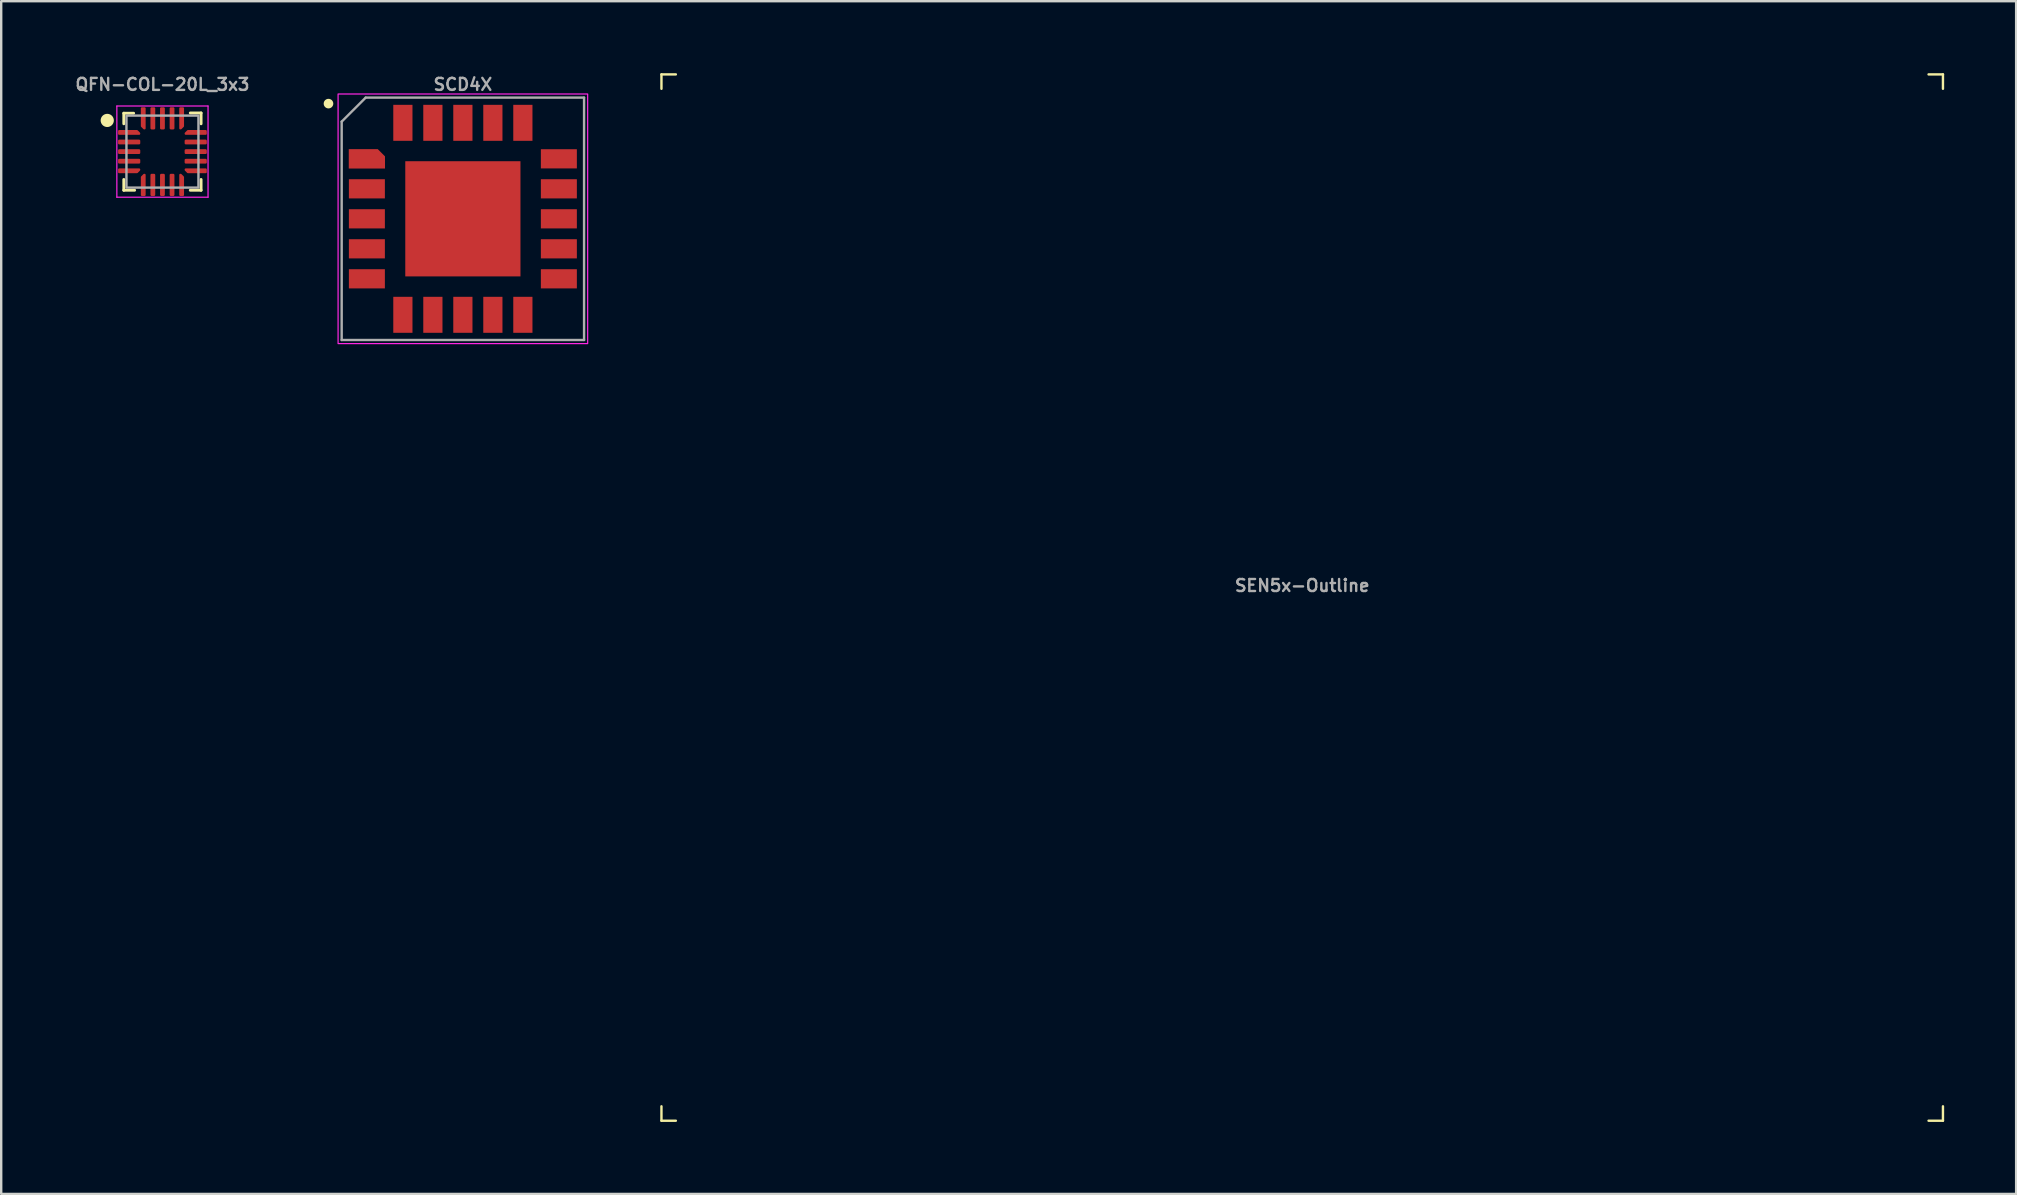
<source format=kicad_pcb>
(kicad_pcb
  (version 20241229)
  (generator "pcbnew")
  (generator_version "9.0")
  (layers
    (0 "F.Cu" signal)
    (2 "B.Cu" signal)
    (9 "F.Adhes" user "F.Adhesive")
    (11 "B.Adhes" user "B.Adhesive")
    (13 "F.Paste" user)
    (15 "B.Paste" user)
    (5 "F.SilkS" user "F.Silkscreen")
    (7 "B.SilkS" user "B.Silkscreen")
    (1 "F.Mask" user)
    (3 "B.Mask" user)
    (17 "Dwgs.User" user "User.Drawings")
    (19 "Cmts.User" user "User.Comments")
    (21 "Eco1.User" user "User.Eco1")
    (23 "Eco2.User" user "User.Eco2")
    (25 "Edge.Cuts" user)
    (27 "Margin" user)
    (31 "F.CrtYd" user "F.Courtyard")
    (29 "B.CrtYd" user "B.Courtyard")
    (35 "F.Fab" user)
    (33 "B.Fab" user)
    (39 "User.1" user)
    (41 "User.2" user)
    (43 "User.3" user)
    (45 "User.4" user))
  (footprint "SCD4X"
    (layer "F.Cu")
    (at 16.238 6.068)
    (property "Reference" "SCD4X" (at 0 -5.6 0) (layer "F.Fab") (effects (font (size 0.5 0.5) (thickness 0.1) (bold yes))))
    (fp_poly (pts (xy -3.245 -2.602) (xy -3.245 -2.095) (xy -4.755 -2.095) (xy -4.755 -2.905) (xy -3.548 -2.905)) (stroke (width 0) (type default)) (fill yes) (layer "F.Cu"))
    (fp_poly (pts (xy -3.145 -2.612) (xy -3.145 -1.995) (xy -4.855 -1.995) (xy -4.855 -3.005) (xy -3.538 -3.005)) (stroke (width 0) (type default)) (fill yes) (layer "F.Mask"))
    (fp_circle (center -5.6 -4.8) (end -5.6 -4.7) (stroke (width 0.2) (type solid)) (fill yes) (layer "F.SilkS"))
    (fp_poly (pts (xy -2 -1) (xy -1 -1) (xy -1 -2) (xy -2 -2)) (stroke (width 0) (type default)) (fill yes) (layer "F.Paste"))
    (fp_poly (pts (xy -2 2) (xy -1 2) (xy -1 1) (xy -2 1)) (stroke (width 0) (type default)) (fill yes) (layer "F.Paste"))
    (fp_poly (pts (xy 1 -1) (xy 2 -1) (xy 2 -2) (xy 1 -2)) (stroke (width 0) (type default)) (fill yes) (layer "F.Paste"))
    (fp_poly (pts (xy 1 2) (xy 2 2) (xy 2 1) (xy 1 1)) (stroke (width 0) (type default)) (fill yes) (layer "F.Paste"))
    (fp_poly (pts (xy -3.245 -2.602) (xy -3.245 -2.095) (xy -4.755 -2.095) (xy -4.755 -2.905) (xy -3.548 -2.905)) (stroke (width 0) (type default)) (fill yes) (layer "F.Paste"))
    (fp_rect (start 5.2 -5.2) (end -5.2 5.2) (stroke (width 0.05) (type default)) (fill no) (layer "F.CrtYd"))
    (fp_line (start -5.05 -4.05) (end -4.05 -5.05) (stroke (width 0.1) (type solid)) (layer "F.Fab"))
    (fp_line (start -5.05 5.05) (end -5.05 -4.05) (stroke (width 0.1) (type solid)) (layer "F.Fab"))
    (fp_line (start -4.05 -5.05) (end 5.05 -5.05) (stroke (width 0.1) (type solid)) (layer "F.Fab"))
    (fp_line (start 5.05 -5.05) (end 5.05 5.05) (stroke (width 0.1) (type solid)) (layer "F.Fab"))
    (fp_line (start 5.05 5.05) (end -5.05 5.05) (stroke (width 0.1) (type solid)) (layer "F.Fab"))
    (pad "1" smd rect (at -4 -2.5 90) (size 0.5 0.5) (layers "F.Cu" "F.Mask"))
    (pad "2" smd rect (at -4 -1.25 90) (size 0.8 1.5) (layers "F.Cu" "F.Mask" "F.Paste"))
    (pad "3" smd rect (at -4 0 90) (size 0.8 1.5) (layers "F.Cu" "F.Mask" "F.Paste"))
    (pad "4" smd rect (at -4 1.25 90) (size 0.8 1.5) (layers "F.Cu" "F.Mask" "F.Paste"))
    (pad "5" smd rect (at -4 2.5 90) (size 0.8 1.5) (layers "F.Cu" "F.Mask" "F.Paste"))
    (pad "6" smd rect (at -2.5 4 180) (size 0.8 1.5) (layers "F.Cu" "F.Mask" "F.Paste"))
    (pad "7" smd rect (at -1.25 4 180) (size 0.8 1.5) (layers "F.Cu" "F.Mask" "F.Paste"))
    (pad "8" smd rect (at 0 4 180) (size 0.8 1.5) (layers "F.Cu" "F.Mask" "F.Paste"))
    (pad "9" smd rect (at 1.25 4 180) (size 0.8 1.5) (layers "F.Cu" "F.Mask" "F.Paste"))
    (pad "10" smd rect (at 2.5 4 180) (size 0.8 1.5) (layers "F.Cu" "F.Mask" "F.Paste"))
    (pad "11" smd rect (at 4 2.5 270) (size 0.8 1.5) (layers "F.Cu" "F.Mask" "F.Paste"))
    (pad "12" smd rect (at 4 1.25 270) (size 0.8 1.5) (layers "F.Cu" "F.Mask" "F.Paste"))
    (pad "13" smd rect (at 4 0 270) (size 0.8 1.5) (layers "F.Cu" "F.Mask" "F.Paste"))
    (pad "14" smd rect (at 4 -1.25 270) (size 0.8 1.5) (layers "F.Cu" "F.Mask" "F.Paste"))
    (pad "15" smd rect (at 4 -2.5 270) (size 0.8 1.5) (layers "F.Cu" "F.Mask" "F.Paste"))
    (pad "16" smd rect (at 2.5 -4) (size 0.8 1.5) (layers "F.Cu" "F.Mask" "F.Paste"))
    (pad "17" smd rect (at 1.25 -4) (size 0.8 1.5) (layers "F.Cu" "F.Mask" "F.Paste"))
    (pad "18" smd rect (at 0 -4) (size 0.8 1.5) (layers "F.Cu" "F.Mask" "F.Paste"))
    (pad "19" smd rect (at -1.25 -4) (size 0.8 1.5) (layers "F.Cu" "F.Mask" "F.Paste"))
    (pad "20" smd rect (at -2.5 -4) (size 0.8 1.5) (layers "F.Cu" "F.Mask" "F.Paste"))
    (pad "21" smd rect (at 0 0) (size 4.8 4.8) (layers "F.Cu" "F.Mask")))
  (footprint "QFN-COL-20L_3x3"
    (layer "F.Cu")
    (at 3.719 3.268)
    (property "Reference" "QFN-COL-20L_3x3" (at 0 -2.8 0) (unlocked yes) (layer "F.Fab") (effects (font (size 0.5 0.5) (thickness 0.1) (bold yes))))
    (attr smd)
    (fp_line (start -1.61 -1.16) (end -1.61 -1.6) (stroke (width 0.12) (type solid)) (layer "F.SilkS"))
    (fp_line (start -1.61 1.61) (end -1.61 1.16) (stroke (width 0.12) (type solid)) (layer "F.SilkS"))
    (fp_line (start -1.2 -1.6) (end -1.61 -1.6) (stroke (width 0.12) (type solid)) (layer "F.SilkS"))
    (fp_line (start -1.16 1.61) (end -1.61 1.61) (stroke (width 0.12) (type solid)) (layer "F.SilkS"))
    (fp_line (start 1.16 -1.61) (end 1.61 -1.61) (stroke (width 0.12) (type solid)) (layer "F.SilkS"))
    (fp_line (start 1.16 1.61) (end 1.61 1.61) (stroke (width 0.12) (type solid)) (layer "F.SilkS"))
    (fp_line (start 1.61 -1.61) (end 1.61 -1.16) (stroke (width 0.12) (type solid)) (layer "F.SilkS"))
    (fp_line (start 1.61 1.61) (end 1.61 1.16) (stroke (width 0.12) (type solid)) (layer "F.SilkS"))
    (fp_circle (center -2.3 -1.3) (end -2.3 -1.1) (stroke (width 0.15) (type solid)) (fill yes) (layer "F.SilkS"))
    (fp_line (start -1.9 1.9) (end -1.9 -1.9) (stroke (width 0.05) (type solid)) (layer "F.CrtYd"))
    (fp_line (start -1.9 1.9) (end 1.9 1.9) (stroke (width 0.05) (type solid)) (layer "F.CrtYd"))
    (fp_line (start 1.9 -1.9) (end -1.9 -1.9) (stroke (width 0.05) (type solid)) (layer "F.CrtYd"))
    (fp_line (start 1.9 1.9) (end 1.9 -1.9) (stroke (width 0.05) (type solid)) (layer "F.CrtYd"))
    (fp_poly (pts (xy -1.5 -1.5) (xy -1.5 1.5) (xy 1.5 1.5) (xy 1.5 -1.5) (xy -1.5 -1.5)) (stroke (width 0.1) (type solid)) (fill no) (layer "F.Fab"))
    (pad "1" smd custom (at -1.387 -0.8) (size 0.115 0.115) (layers "F.Cu" "F.Mask" "F.Paste") (options (anchor circle)) (primitives (gr_poly (pts (xy -0.422 -0.06) (xy 0.326 -0.06) (xy 0.422 0.037) (xy 0.422 0.06) (xy -0.422 0.06)) (width 0.08) (fill yes))))
    (pad "2" smd roundrect (at -1.387 -0.4) (size 0.925 0.2) (layers "F.Cu" "F.Mask" "F.Paste") (roundrect_rratio 0.25))
    (pad "3" smd roundrect (at -1.387 0) (size 0.925 0.2) (layers "F.Cu" "F.Mask" "F.Paste") (roundrect_rratio 0.25))
    (pad "4" smd roundrect (at -1.387 0.4) (size 0.925 0.2) (layers "F.Cu" "F.Mask" "F.Paste") (roundrect_rratio 0.25))
    (pad "5" smd custom (at -1.387 0.8) (size 0.115 0.115) (layers "F.Cu" "F.Mask" "F.Paste") (options (anchor circle)) (primitives (gr_poly (pts (xy -0.422 -0.06) (xy 0.422 -0.06) (xy 0.422 -0.037) (xy 0.326 0.06) (xy -0.422 0.06)) (width 0.08) (fill yes))))
    (pad "6" smd custom (at -0.8 1.387) (size 0.115 0.115) (layers "F.Cu" "F.Mask" "F.Paste") (options (anchor circle)) (primitives (gr_poly (pts (xy -0.06 -0.326) (xy 0.037 -0.422) (xy 0.06 -0.422) (xy 0.06 0.422) (xy -0.06 0.422)) (width 0.08) (fill yes))))
    (pad "7" smd roundrect (at -0.4 1.387) (size 0.2 0.925) (layers "F.Cu" "F.Mask" "F.Paste") (roundrect_rratio 0.25))
    (pad "8" smd roundrect (at 0 1.387) (size 0.2 0.925) (layers "F.Cu" "F.Mask" "F.Paste") (roundrect_rratio 0.25))
    (pad "9" smd roundrect (at 0.4 1.387) (size 0.2 0.925) (layers "F.Cu" "F.Mask" "F.Paste") (roundrect_rratio 0.25))
    (pad "10" smd custom (at 0.8 1.387) (size 0.115 0.115) (layers "F.Cu" "F.Mask" "F.Paste") (options (anchor circle)) (primitives (gr_poly (pts (xy -0.06 -0.422) (xy -0.037 -0.422) (xy 0.06 -0.326) (xy 0.06 0.422) (xy -0.06 0.422)) (width 0.08) (fill yes))))
    (pad "11" smd custom (at 1.387 0.8) (size 0.115 0.115) (layers "F.Cu" "F.Mask" "F.Paste") (options (anchor circle)) (primitives (gr_poly (pts (xy -0.422 -0.06) (xy 0.422 -0.06) (xy 0.422 0.06) (xy -0.326 0.06) (xy -0.422 -0.037)) (width 0.08) (fill yes))))
    (pad "12" smd roundrect (at 1.387 0.4) (size 0.925 0.2) (layers "F.Cu" "F.Mask" "F.Paste") (roundrect_rratio 0.25))
    (pad "13" smd roundrect (at 1.387 0) (size 0.925 0.2) (layers "F.Cu" "F.Mask" "F.Paste") (roundrect_rratio 0.25))
    (pad "14" smd roundrect (at 1.387 -0.4) (size 0.925 0.2) (layers "F.Cu" "F.Mask" "F.Paste") (roundrect_rratio 0.25))
    (pad "15" smd custom (at 1.387 -0.8) (size 0.115 0.115) (layers "F.Cu" "F.Mask" "F.Paste") (options (anchor circle)) (primitives (gr_poly (pts (xy -0.422 0.037) (xy -0.326 -0.06) (xy 0.422 -0.06) (xy 0.422 0.06) (xy -0.422 0.06)) (width 0.08) (fill yes))))
    (pad "16" smd custom (at 0.8 -1.387) (size 0.115 0.115) (layers "F.Cu" "F.Mask" "F.Paste") (options (anchor circle)) (primitives (gr_poly (pts (xy -0.06 -0.422) (xy 0.06 -0.422) (xy 0.06 0.326) (xy -0.037 0.422) (xy -0.06 0.422)) (width 0.08) (fill yes))))
    (pad "17" smd roundrect (at 0.4 -1.387) (size 0.2 0.925) (layers "F.Cu" "F.Mask" "F.Paste") (roundrect_rratio 0.25))
    (pad "18" smd roundrect (at 0 -1.387) (size 0.2 0.925) (layers "F.Cu" "F.Mask" "F.Paste") (roundrect_rratio 0.25))
    (pad "19" smd roundrect (at -0.4 -1.387) (size 0.2 0.925) (layers "F.Cu" "F.Mask" "F.Paste") (roundrect_rratio 0.25))
    (pad "20" smd custom (at -0.8 -1.387) (size 0.115 0.115) (layers "F.Cu" "F.Mask" "F.Paste") (options (anchor circle)) (primitives (gr_poly (pts (xy -0.06 -0.422) (xy 0.06 -0.422) (xy 0.06 0.422) (xy 0.037 0.422) (xy -0.06 0.326)) (width 0.08) (fill yes)))))
  (footprint "SEN5x-Outline"
    (layer "F.Cu")
    (at 51.213 21.85)
    (property "Reference" "SEN5x-Outline" (at 0 -0.5 0) (layer "F.Fab") (effects (font (size 0.5 0.5) (thickness 0.1) (bold yes))))
    (fp_line (start -26.7 -21.2) (end -26.7 -21.8) (stroke (width 0.1) (type default)) (layer "F.SilkS"))
    (fp_line (start -26.7 21.2) (end -26.7 21.8) (stroke (width 0.1) (type default)) (layer "F.SilkS"))
    (fp_line (start -26.1 -21.8) (end -26.7 -21.8) (stroke (width 0.1) (type default)) (layer "F.SilkS"))
    (fp_line (start -26.1 21.8) (end -26.7 21.8) (stroke (width 0.1) (type default)) (layer "F.SilkS"))
    (fp_line (start 26.1 -21.8) (end 26.7 -21.8) (stroke (width 0.1) (type default)) (layer "F.SilkS"))
    (fp_line (start 26.1 21.8) (end 26.7 21.8) (stroke (width 0.1) (type default)) (layer "F.SilkS"))
    (fp_line (start 26.7 -21.2) (end 26.7 -21.8) (stroke (width 0.1) (type default)) (layer "F.SilkS"))
    (fp_line (start 26.7 21.2) (end 26.7 21.8) (stroke (width 0.1) (type default)) (layer "F.SilkS"))
    (fp_line (start -19.8 18.9) (end -13.1 18.9) (stroke (width 0.1) (type default)) (layer "User.1"))
    (fp_line (start -19.8 21.6) (end -19.8 18.9) (stroke (width 0.1) (type default)) (layer "User.1"))
    (fp_line (start -13.1 18.9) (end -13.1 21.6) (stroke (width 0.1) (type default)) (layer "User.1"))
    (fp_line (start 2.7 18.9) (end 2.7 21.6) (stroke (width 0.1) (type default)) (layer "User.1"))
    (fp_line (start 18.7 18.9) (end 2.7 18.9) (stroke (width 0.1) (type default)) (layer "User.1"))
    (fp_line (start 18.7 21.6) (end 18.7 18.9) (stroke (width 0.1) (type default)) (layer "User.1"))
    (fp_line (start 23.9 -18.3) (end 23.9 -8.5) (stroke (width 0.1) (type default)) (layer "User.1"))
    (fp_line (start 23.9 -8.5) (end 26.5 -8.5) (stroke (width 0.1) (type default)) (layer "User.1"))
    (fp_line (start 26.5 -18.3) (end 23.9 -18.3) (stroke (width 0.1) (type default)) (layer "User.1"))
    (fp_rect (start -26.5 -21.65) (end 26.5 21.65) (stroke (width 0.1) (type default)) (fill no) (layer "User.1"))
    (fp_text user "Connector" (at 25.7 -13.3 90) (unlocked yes) (layer "User.1") (effects (font (size 1 1) (thickness 0.15)) (justify bottom)))
    (fp_text user "Outlet" (at 11 21 0) (unlocked yes) (layer "User.1") (effects (font (size 1 1) (thickness 0.15)) (justify bottom)))
    (fp_text user "Inlet" (at -16.4 20.9 0) (unlocked yes) (layer "User.1") (effects (font (size 1 1) (thickness 0.15)) (justify bottom))))
  (gr_rect
    (start -3 -3)
    (end 80.963 46.7)
    (stroke (width 0.1) (type default))
    (fill no)
    (layer "Edge.Cuts")))
</source>
